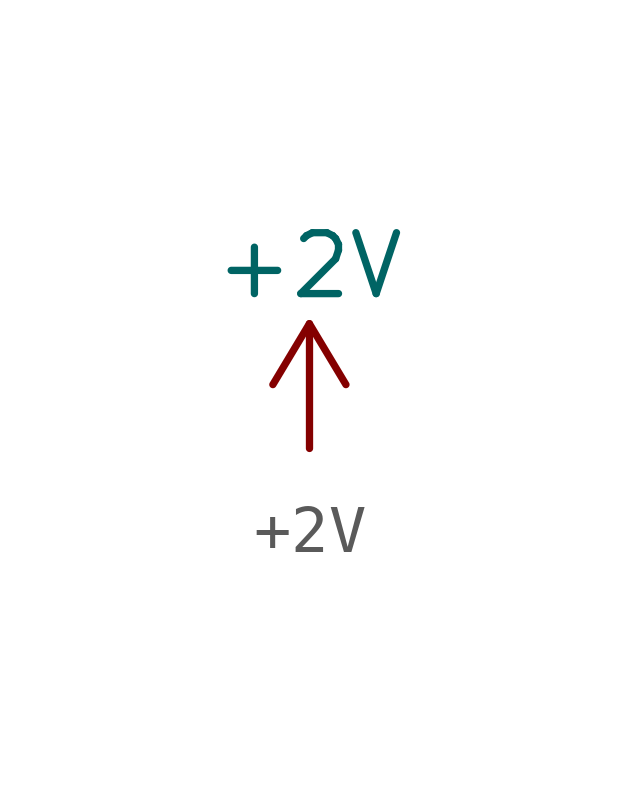
<source format=kicad_sym>
(kicad_symbol_lib
  (version 20220914)
  (generator kicad_symbol_editor)
  (symbol "+2V"
    (power)
    (property "Reference" "#PWR"
      (at 0 5.08 0)
      (effects (font (size 1.27 1.27)) hide))
    (property "Value" "+2V"
      (at 0 3.81 0)
      (effects (font (size 1.27 1.27))))
    (symbol "+2V_0_1"
      (polyline (pts (xy -0.764 1.332) (xy -0.002 2.602)) (stroke (width 0) (type default)) (fill (type none)))
      (polyline (pts (xy -0.002 2.602) (xy 0.76 1.332)) (stroke (width 0) (type default)) (fill (type none))))
    (symbol "+2V_1_1"
      (pin power_in line (at 0 0 90) (length 2.54) (name "" (effects (font (size 1.27 1.27)))) (number "" (effects (font (size 1.27 1.27))))))))
</source>
